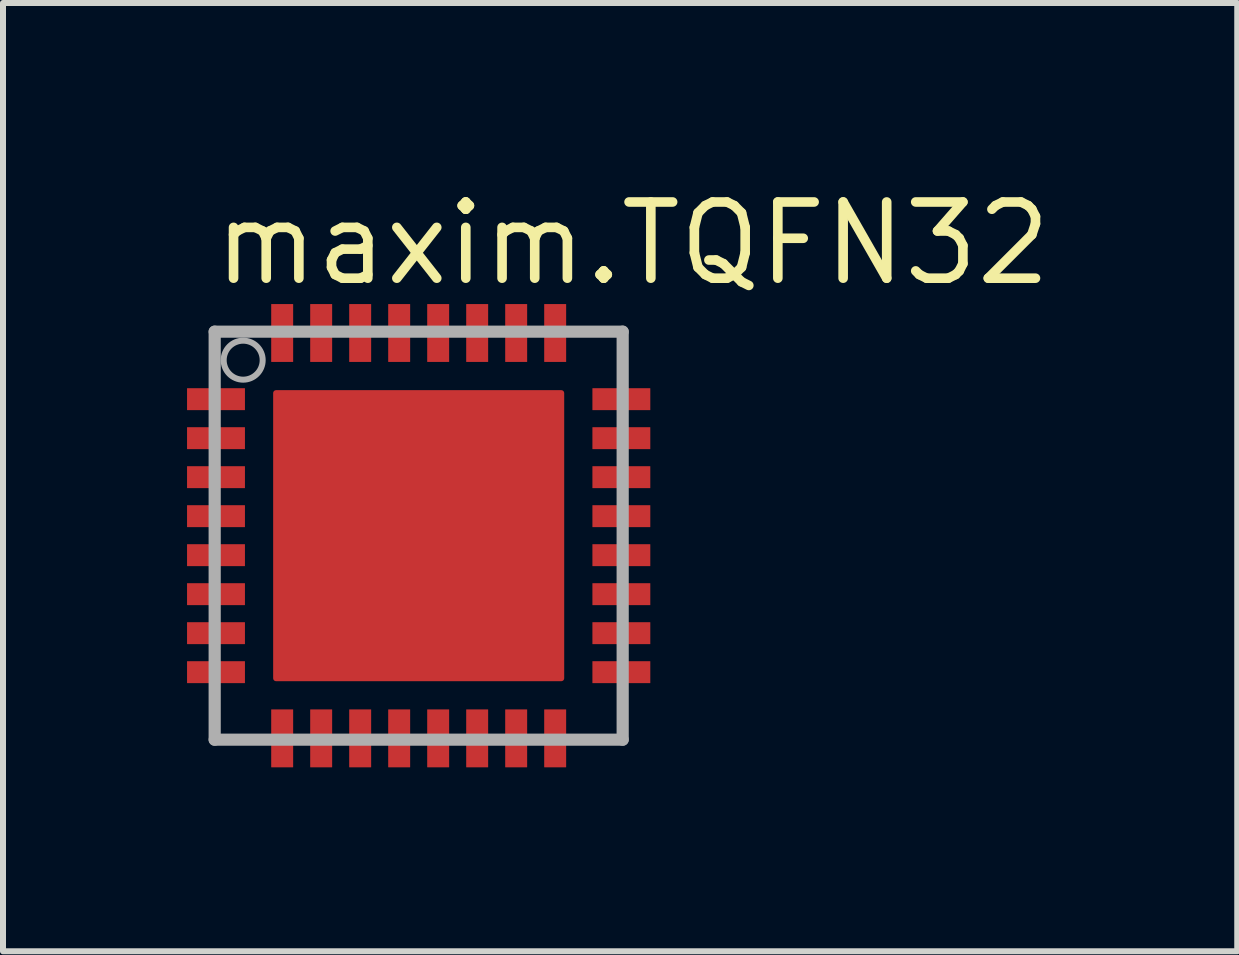
<source format=kicad_pcb>
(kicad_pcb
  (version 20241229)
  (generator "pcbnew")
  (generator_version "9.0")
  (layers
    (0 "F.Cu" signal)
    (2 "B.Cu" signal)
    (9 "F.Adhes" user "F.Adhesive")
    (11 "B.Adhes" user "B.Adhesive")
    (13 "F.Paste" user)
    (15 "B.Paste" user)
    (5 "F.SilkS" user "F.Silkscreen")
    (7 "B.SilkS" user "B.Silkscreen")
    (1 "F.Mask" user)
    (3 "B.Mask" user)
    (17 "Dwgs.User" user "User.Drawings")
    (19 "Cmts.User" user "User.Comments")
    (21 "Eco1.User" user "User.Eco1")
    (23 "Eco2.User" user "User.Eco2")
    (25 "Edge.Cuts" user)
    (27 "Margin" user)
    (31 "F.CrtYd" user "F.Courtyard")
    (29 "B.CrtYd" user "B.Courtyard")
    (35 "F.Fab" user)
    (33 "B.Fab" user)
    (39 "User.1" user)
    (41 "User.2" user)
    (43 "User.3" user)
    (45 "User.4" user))
  (footprint "maxim.TQFN32"
    (layer "F.Cu")
    (at 3.928 5.878)
    (property "Reference" "maxim.TQFN32" (at -3.493 -4.128 0) (layer "F.SilkS") (effects (font (size 1.27 1.27) (thickness 0.16)) (justify left bottom)))
    (attr smd)
    (fp_rect (start -3.902 -2.05) (end -2.853 -2.5) (stroke (width 0.05) (type default)) (fill yes) (layer "F.Mask"))
    (fp_rect (start -3.902 -1.4) (end -2.853 -1.85) (stroke (width 0.05) (type default)) (fill yes) (layer "F.Mask"))
    (fp_rect (start -3.902 -0.75) (end -2.853 -1.2) (stroke (width 0.05) (type default)) (fill yes) (layer "F.Mask"))
    (fp_rect (start -3.902 -0.1) (end -2.853 -0.55) (stroke (width 0.05) (type default)) (fill yes) (layer "F.Mask"))
    (fp_rect (start -3.902 0.55) (end -2.853 0.1) (stroke (width 0.05) (type default)) (fill yes) (layer "F.Mask"))
    (fp_rect (start -3.902 1.2) (end -2.853 0.75) (stroke (width 0.05) (type default)) (fill yes) (layer "F.Mask"))
    (fp_rect (start -3.902 1.85) (end -2.853 1.4) (stroke (width 0.05) (type default)) (fill yes) (layer "F.Mask"))
    (fp_rect (start -3.902 2.5) (end -2.853 2.05) (stroke (width 0.05) (type default)) (fill yes) (layer "F.Mask"))
    (fp_rect (start -2.525 2.5) (end 2.5 -2.5) (stroke (width 0.05) (type default)) (fill yes) (layer "F.Mask"))
    (fp_rect (start -2.5 -2.853) (end -2.05 -3.902) (stroke (width 0.05) (type default)) (fill yes) (layer "F.Mask"))
    (fp_rect (start -2.5 3.902) (end -2.05 2.853) (stroke (width 0.05) (type default)) (fill yes) (layer "F.Mask"))
    (fp_rect (start -1.85 -2.853) (end -1.4 -3.902) (stroke (width 0.05) (type default)) (fill yes) (layer "F.Mask"))
    (fp_rect (start -1.85 3.902) (end -1.4 2.853) (stroke (width 0.05) (type default)) (fill yes) (layer "F.Mask"))
    (fp_rect (start -1.2 -2.853) (end -0.75 -3.902) (stroke (width 0.05) (type default)) (fill yes) (layer "F.Mask"))
    (fp_rect (start -1.2 3.902) (end -0.75 2.853) (stroke (width 0.05) (type default)) (fill yes) (layer "F.Mask"))
    (fp_rect (start -0.55 -2.853) (end -0.1 -3.902) (stroke (width 0.05) (type default)) (fill yes) (layer "F.Mask"))
    (fp_rect (start -0.55 3.902) (end -0.1 2.853) (stroke (width 0.05) (type default)) (fill yes) (layer "F.Mask"))
    (fp_rect (start 0.1 -2.853) (end 0.55 -3.902) (stroke (width 0.05) (type default)) (fill yes) (layer "F.Mask"))
    (fp_rect (start 0.1 3.902) (end 0.55 2.853) (stroke (width 0.05) (type default)) (fill yes) (layer "F.Mask"))
    (fp_rect (start 0.75 -2.853) (end 1.2 -3.902) (stroke (width 0.05) (type default)) (fill yes) (layer "F.Mask"))
    (fp_rect (start 0.75 3.902) (end 1.2 2.853) (stroke (width 0.05) (type default)) (fill yes) (layer "F.Mask"))
    (fp_rect (start 1.4 -2.853) (end 1.85 -3.902) (stroke (width 0.05) (type default)) (fill yes) (layer "F.Mask"))
    (fp_rect (start 1.4 3.902) (end 1.85 2.853) (stroke (width 0.05) (type default)) (fill yes) (layer "F.Mask"))
    (fp_rect (start 2.05 -2.853) (end 2.5 -3.902) (stroke (width 0.05) (type default)) (fill yes) (layer "F.Mask"))
    (fp_rect (start 2.05 3.902) (end 2.5 2.853) (stroke (width 0.05) (type default)) (fill yes) (layer "F.Mask"))
    (fp_rect (start 2.853 -2.05) (end 3.902 -2.5) (stroke (width 0.05) (type default)) (fill yes) (layer "F.Mask"))
    (fp_rect (start 2.853 -1.4) (end 3.902 -1.85) (stroke (width 0.05) (type default)) (fill yes) (layer "F.Mask"))
    (fp_rect (start 2.853 -0.75) (end 3.902 -1.2) (stroke (width 0.05) (type default)) (fill yes) (layer "F.Mask"))
    (fp_rect (start 2.853 -0.1) (end 3.902 -0.55) (stroke (width 0.05) (type default)) (fill yes) (layer "F.Mask"))
    (fp_rect (start 2.853 0.55) (end 3.902 0.1) (stroke (width 0.05) (type default)) (fill yes) (layer "F.Mask"))
    (fp_rect (start 2.853 1.2) (end 3.902 0.75) (stroke (width 0.05) (type default)) (fill yes) (layer "F.Mask"))
    (fp_rect (start 2.853 1.85) (end 3.902 1.4) (stroke (width 0.05) (type default)) (fill yes) (layer "F.Mask"))
    (fp_rect (start 2.853 2.5) (end 3.902 2.05) (stroke (width 0.05) (type default)) (fill yes) (layer "F.Mask"))
    (fp_rect (start -3.828 -2.125) (end -2.928 -2.425) (stroke (width 0.05) (type default)) (fill yes) (layer "F.Paste"))
    (fp_rect (start -3.828 -1.475) (end -2.928 -1.775) (stroke (width 0.05) (type default)) (fill yes) (layer "F.Paste"))
    (fp_rect (start -3.828 -0.825) (end -2.928 -1.125) (stroke (width 0.05) (type default)) (fill yes) (layer "F.Paste"))
    (fp_rect (start -3.828 -0.175) (end -2.928 -0.475) (stroke (width 0.05) (type default)) (fill yes) (layer "F.Paste"))
    (fp_rect (start -3.828 0.475) (end -2.928 0.175) (stroke (width 0.05) (type default)) (fill yes) (layer "F.Paste"))
    (fp_rect (start -3.828 1.125) (end -2.928 0.825) (stroke (width 0.05) (type default)) (fill yes) (layer "F.Paste"))
    (fp_rect (start -3.828 1.775) (end -2.928 1.475) (stroke (width 0.05) (type default)) (fill yes) (layer "F.Paste"))
    (fp_rect (start -3.828 2.425) (end -2.928 2.125) (stroke (width 0.05) (type default)) (fill yes) (layer "F.Paste"))
    (fp_rect (start -2.425 -2.928) (end -2.125 -3.828) (stroke (width 0.05) (type default)) (fill yes) (layer "F.Paste"))
    (fp_rect (start -2.425 3.828) (end -2.125 2.928) (stroke (width 0.05) (type default)) (fill yes) (layer "F.Paste"))
    (fp_rect (start -2.3 2.3) (end 2.3 -2.3) (stroke (width 0.05) (type default)) (fill yes) (layer "F.Paste"))
    (fp_rect (start -1.775 -2.928) (end -1.475 -3.828) (stroke (width 0.05) (type default)) (fill yes) (layer "F.Paste"))
    (fp_rect (start -1.775 3.828) (end -1.475 2.928) (stroke (width 0.05) (type default)) (fill yes) (layer "F.Paste"))
    (fp_rect (start -1.125 -2.928) (end -0.825 -3.828) (stroke (width 0.05) (type default)) (fill yes) (layer "F.Paste"))
    (fp_rect (start -1.125 3.828) (end -0.825 2.928) (stroke (width 0.05) (type default)) (fill yes) (layer "F.Paste"))
    (fp_rect (start -0.475 -2.928) (end -0.175 -3.828) (stroke (width 0.05) (type default)) (fill yes) (layer "F.Paste"))
    (fp_rect (start -0.475 3.828) (end -0.175 2.928) (stroke (width 0.05) (type default)) (fill yes) (layer "F.Paste"))
    (fp_rect (start 0.175 -2.928) (end 0.475 -3.828) (stroke (width 0.05) (type default)) (fill yes) (layer "F.Paste"))
    (fp_rect (start 0.175 3.828) (end 0.475 2.928) (stroke (width 0.05) (type default)) (fill yes) (layer "F.Paste"))
    (fp_rect (start 0.825 -2.928) (end 1.125 -3.828) (stroke (width 0.05) (type default)) (fill yes) (layer "F.Paste"))
    (fp_rect (start 0.825 3.828) (end 1.125 2.928) (stroke (width 0.05) (type default)) (fill yes) (layer "F.Paste"))
    (fp_rect (start 1.475 -2.928) (end 1.775 -3.828) (stroke (width 0.05) (type default)) (fill yes) (layer "F.Paste"))
    (fp_rect (start 1.475 3.828) (end 1.775 2.928) (stroke (width 0.05) (type default)) (fill yes) (layer "F.Paste"))
    (fp_rect (start 2.125 -2.928) (end 2.425 -3.828) (stroke (width 0.05) (type default)) (fill yes) (layer "F.Paste"))
    (fp_rect (start 2.125 3.828) (end 2.425 2.928) (stroke (width 0.05) (type default)) (fill yes) (layer "F.Paste"))
    (fp_rect (start 2.928 -2.125) (end 3.828 -2.425) (stroke (width 0.05) (type default)) (fill yes) (layer "F.Paste"))
    (fp_rect (start 2.928 -1.475) (end 3.828 -1.775) (stroke (width 0.05) (type default)) (fill yes) (layer "F.Paste"))
    (fp_rect (start 2.928 -0.825) (end 3.828 -1.125) (stroke (width 0.05) (type default)) (fill yes) (layer "F.Paste"))
    (fp_rect (start 2.928 -0.175) (end 3.828 -0.475) (stroke (width 0.05) (type default)) (fill yes) (layer "F.Paste"))
    (fp_rect (start 2.928 0.475) (end 3.828 0.175) (stroke (width 0.05) (type default)) (fill yes) (layer "F.Paste"))
    (fp_rect (start 2.928 1.125) (end 3.828 0.825) (stroke (width 0.05) (type default)) (fill yes) (layer "F.Paste"))
    (fp_rect (start 2.928 1.775) (end 3.828 1.475) (stroke (width 0.05) (type default)) (fill yes) (layer "F.Paste"))
    (fp_rect (start 2.928 2.425) (end 3.828 2.125) (stroke (width 0.05) (type default)) (fill yes) (layer "F.Paste"))
    (fp_line (start -3.4 -3.4) (end 3.4 -3.4) (stroke (width 0.203) (type default)) (layer "F.Fab"))
    (fp_line (start -3.4 3.4) (end -3.4 -3.4) (stroke (width 0.203) (type default)) (layer "F.Fab"))
    (fp_line (start 3.4 -3.4) (end 3.4 3.4) (stroke (width 0.203) (type default)) (layer "F.Fab"))
    (fp_line (start 3.4 3.4) (end -3.4 3.4) (stroke (width 0.203) (type default)) (layer "F.Fab"))
    (fp_circle (center -2.925 -2.925) (end -2.6 -2.925) (stroke (width 0.1) (type default)) (fill no) (layer "F.Fab"))
    (pad "1" smd roundrect (at -3.378 -2.275) (size 0.965 0.366) (layers "F.Cu" "F.Mask" "F.Paste") (roundrect_rratio 0.01))
    (pad "2" smd roundrect (at -3.378 -1.625) (size 0.965 0.366) (layers "F.Cu" "F.Mask" "F.Paste") (roundrect_rratio 0.01))
    (pad "3" smd roundrect (at -3.378 -0.975) (size 0.965 0.366) (layers "F.Cu" "F.Mask" "F.Paste") (roundrect_rratio 0.01))
    (pad "4" smd roundrect (at -3.378 -0.325) (size 0.965 0.366) (layers "F.Cu" "F.Mask" "F.Paste") (roundrect_rratio 0.01))
    (pad "5" smd roundrect (at -3.378 0.325) (size 0.965 0.366) (layers "F.Cu" "F.Mask" "F.Paste") (roundrect_rratio 0.01))
    (pad "6" smd roundrect (at -3.378 0.975) (size 0.965 0.366) (layers "F.Cu" "F.Mask" "F.Paste") (roundrect_rratio 0.01))
    (pad "7" smd roundrect (at -3.378 1.625) (size 0.965 0.366) (layers "F.Cu" "F.Mask" "F.Paste") (roundrect_rratio 0.01))
    (pad "8" smd roundrect (at -3.378 2.275) (size 0.965 0.366) (layers "F.Cu" "F.Mask" "F.Paste") (roundrect_rratio 0.01))
    (pad "9" smd roundrect (at -2.275 3.378 90) (size 0.965 0.366) (layers "F.Cu" "F.Mask" "F.Paste") (roundrect_rratio 0.01))
    (pad "10" smd roundrect (at -1.625 3.378 90) (size 0.965 0.366) (layers "F.Cu" "F.Mask" "F.Paste") (roundrect_rratio 0.01))
    (pad "11" smd roundrect (at -0.975 3.378 90) (size 0.965 0.366) (layers "F.Cu" "F.Mask" "F.Paste") (roundrect_rratio 0.01))
    (pad "12" smd roundrect (at -0.325 3.378 90) (size 0.965 0.366) (layers "F.Cu" "F.Mask" "F.Paste") (roundrect_rratio 0.01))
    (pad "13" smd roundrect (at 0.325 3.378 90) (size 0.965 0.366) (layers "F.Cu" "F.Mask" "F.Paste") (roundrect_rratio 0.01))
    (pad "14" smd roundrect (at 0.975 3.378 90) (size 0.965 0.366) (layers "F.Cu" "F.Mask" "F.Paste") (roundrect_rratio 0.01))
    (pad "15" smd roundrect (at 1.625 3.378 90) (size 0.965 0.366) (layers "F.Cu" "F.Mask" "F.Paste") (roundrect_rratio 0.01))
    (pad "16" smd roundrect (at 2.275 3.378 90) (size 0.965 0.366) (layers "F.Cu" "F.Mask" "F.Paste") (roundrect_rratio 0.01))
    (pad "17" smd roundrect (at 3.378 2.275 180) (size 0.965 0.366) (layers "F.Cu" "F.Mask" "F.Paste") (roundrect_rratio 0.01))
    (pad "18" smd roundrect (at 3.378 1.625 180) (size 0.965 0.366) (layers "F.Cu" "F.Mask" "F.Paste") (roundrect_rratio 0.01))
    (pad "19" smd roundrect (at 3.378 0.975 180) (size 0.965 0.366) (layers "F.Cu" "F.Mask" "F.Paste") (roundrect_rratio 0.01))
    (pad "20" smd roundrect (at 3.378 0.325 180) (size 0.965 0.366) (layers "F.Cu" "F.Mask" "F.Paste") (roundrect_rratio 0.01))
    (pad "21" smd roundrect (at 3.378 -0.325 180) (size 0.965 0.366) (layers "F.Cu" "F.Mask" "F.Paste") (roundrect_rratio 0.01))
    (pad "22" smd roundrect (at 3.378 -0.975 180) (size 0.965 0.366) (layers "F.Cu" "F.Mask" "F.Paste") (roundrect_rratio 0.01))
    (pad "23" smd roundrect (at 3.378 -1.625 180) (size 0.965 0.366) (layers "F.Cu" "F.Mask" "F.Paste") (roundrect_rratio 0.01))
    (pad "24" smd roundrect (at 3.378 -2.275 180) (size 0.965 0.366) (layers "F.Cu" "F.Mask" "F.Paste") (roundrect_rratio 0.01))
    (pad "25" smd roundrect (at 2.275 -3.378 270) (size 0.965 0.366) (layers "F.Cu" "F.Mask" "F.Paste") (roundrect_rratio 0.01))
    (pad "26" smd roundrect (at 1.625 -3.378 270) (size 0.965 0.366) (layers "F.Cu" "F.Mask" "F.Paste") (roundrect_rratio 0.01))
    (pad "27" smd roundrect (at 0.975 -3.378 270) (size 0.965 0.366) (layers "F.Cu" "F.Mask" "F.Paste") (roundrect_rratio 0.01))
    (pad "28" smd roundrect (at 0.325 -3.378 270) (size 0.965 0.366) (layers "F.Cu" "F.Mask" "F.Paste") (roundrect_rratio 0.01))
    (pad "29" smd roundrect (at -0.325 -3.378 270) (size 0.965 0.366) (layers "F.Cu" "F.Mask" "F.Paste") (roundrect_rratio 0.01))
    (pad "30" smd roundrect (at -0.975 -3.378 270) (size 0.965 0.366) (layers "F.Cu" "F.Mask" "F.Paste") (roundrect_rratio 0.01))
    (pad "31" smd roundrect (at -1.625 -3.378 270) (size 0.965 0.366) (layers "F.Cu" "F.Mask" "F.Paste") (roundrect_rratio 0.01))
    (pad "32" smd roundrect (at -2.275 -3.378 270) (size 0.965 0.366) (layers "F.Cu" "F.Mask" "F.Paste") (roundrect_rratio 0.01))
    (pad "EXP" smd roundrect (at 0 0) (size 4.851 4.851) (layers "F.Cu" "F.Mask" "F.Paste") (roundrect_rratio 0.01)))
  (gr_rect
    (start -3 -3)
    (end 17.571 12.805)
    (stroke (width 0.1) (type default))
    (fill no)
    (layer "Edge.Cuts")))
</source>
